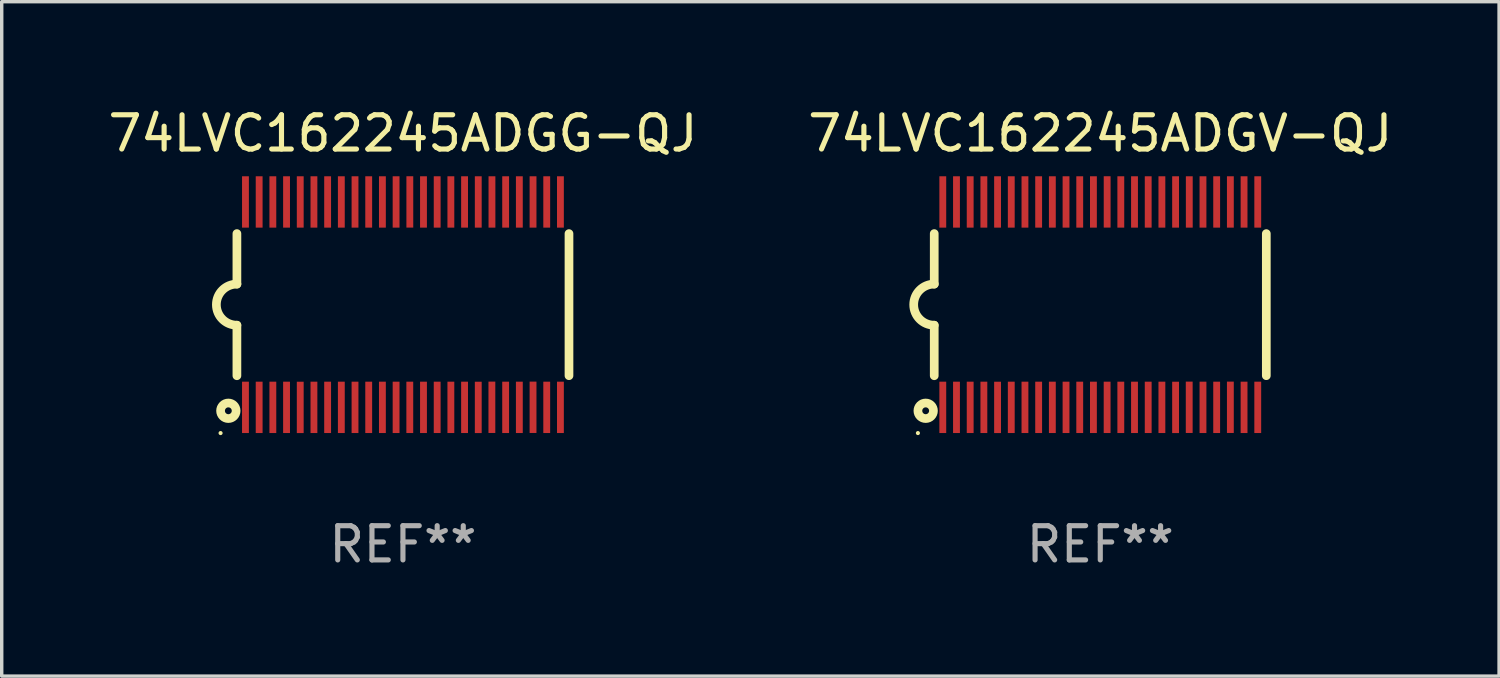
<source format=kicad_pcb>
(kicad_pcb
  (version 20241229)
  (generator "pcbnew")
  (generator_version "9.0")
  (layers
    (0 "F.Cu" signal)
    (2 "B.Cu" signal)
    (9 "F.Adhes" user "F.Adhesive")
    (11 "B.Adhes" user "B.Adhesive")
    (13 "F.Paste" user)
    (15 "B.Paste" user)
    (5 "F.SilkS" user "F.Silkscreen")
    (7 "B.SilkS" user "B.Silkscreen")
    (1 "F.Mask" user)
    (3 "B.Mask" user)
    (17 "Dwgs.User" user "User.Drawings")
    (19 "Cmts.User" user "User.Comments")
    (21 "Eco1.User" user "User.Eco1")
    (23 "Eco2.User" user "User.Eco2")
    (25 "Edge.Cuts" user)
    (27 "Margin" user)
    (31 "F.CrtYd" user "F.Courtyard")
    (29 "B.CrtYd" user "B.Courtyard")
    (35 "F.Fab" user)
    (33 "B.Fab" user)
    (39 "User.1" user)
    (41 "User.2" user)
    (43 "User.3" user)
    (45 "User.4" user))
  (footprint "74LVC162245ADGG-QJ"
    (layer "F.Cu")
    (at 8.72 5.849)
    (property "Reference" "74LVC162245ADGG-QJ" (at 0 -5.001 0) (layer "F.SilkS") (effects (font (size 1 1) (thickness 0.15))))
    (attr through_hole)
    (fp_line (start -4.85 -2.076) (end -4.85 -0.6) (stroke (width 0.254) (type solid)) (layer "F.SilkS"))
    (fp_line (start -4.85 2.076) (end -4.85 0.6) (stroke (width 0.254) (type solid)) (layer "F.SilkS"))
    (fp_line (start 4.85 -2.075) (end 4.85 2.075) (stroke (width 0.254) (type solid)) (layer "F.SilkS"))
    (fp_arc (start -4.850013 0.6) (mid -5.449099 -0.0008) (end -4.848869 -0.600457) (stroke (width 0.254001) (type solid)) (layer "F.SilkS"))
    (fp_circle (center -5.327 3.751) (end -5.297 3.751) (stroke (width 0.06) (type solid)) (fill no) (layer "F.SilkS"))
    (fp_circle (center -5.1 3.1) (end -5 3.1) (stroke (width 0.254) (type solid)) (fill no) (layer "F.SilkS"))
    (fp_text user "REF**" (at 0 7.001 0) (layer "F.Fab") (effects (font (size 1 1) (thickness 0.15))))
    (pad "1" smd rect (at -4.6 3) (size 0.2 1.5) (layers "F.Cu" "F.Mask" "F.Paste"))
    (pad "2" smd rect (at -4.2 3) (size 0.2 1.5) (layers "F.Cu" "F.Mask" "F.Paste"))
    (pad "3" smd rect (at -3.8 3) (size 0.2 1.5) (layers "F.Cu" "F.Mask" "F.Paste"))
    (pad "4" smd rect (at -3.4 3) (size 0.2 1.5) (layers "F.Cu" "F.Mask" "F.Paste"))
    (pad "5" smd rect (at -3 3.001) (size 0.2 1.5) (layers "F.Cu" "F.Mask" "F.Paste"))
    (pad "6" smd rect (at -2.6 3) (size 0.2 1.5) (layers "F.Cu" "F.Mask" "F.Paste"))
    (pad "7" smd rect (at -2.2 3) (size 0.2 1.5) (layers "F.Cu" "F.Mask" "F.Paste"))
    (pad "8" smd rect (at -1.8 3) (size 0.2 1.5) (layers "F.Cu" "F.Mask" "F.Paste"))
    (pad "9" smd rect (at -1.4 3) (size 0.2 1.5) (layers "F.Cu" "F.Mask" "F.Paste"))
    (pad "10" smd rect (at -1 3) (size 0.2 1.5) (layers "F.Cu" "F.Mask" "F.Paste"))
    (pad "11" smd rect (at -0.6 3) (size 0.2 1.5) (layers "F.Cu" "F.Mask" "F.Paste"))
    (pad "12" smd rect (at -0.2 3) (size 0.2 1.5) (layers "F.Cu" "F.Mask" "F.Paste"))
    (pad "13" smd rect (at 0.2 3) (size 0.2 1.5) (layers "F.Cu" "F.Mask" "F.Paste"))
    (pad "14" smd rect (at 0.6 3) (size 0.2 1.5) (layers "F.Cu" "F.Mask" "F.Paste"))
    (pad "15" smd rect (at 1 3) (size 0.2 1.5) (layers "F.Cu" "F.Mask" "F.Paste"))
    (pad "16" smd rect (at 1.4 3) (size 0.2 1.5) (layers "F.Cu" "F.Mask" "F.Paste"))
    (pad "17" smd rect (at 1.8 3) (size 0.2 1.5) (layers "F.Cu" "F.Mask" "F.Paste"))
    (pad "18" smd rect (at 2.2 3.001) (size 0.2 1.5) (layers "F.Cu" "F.Mask" "F.Paste"))
    (pad "19" smd rect (at 2.598 2.998) (size 0.2 1.5) (layers "F.Cu" "F.Mask" "F.Paste"))
    (pad "20" smd rect (at 3 3) (size 0.2 1.5) (layers "F.Cu" "F.Mask" "F.Paste"))
    (pad "21" smd rect (at 3.4 3) (size 0.2 1.5) (layers "F.Cu" "F.Mask" "F.Paste"))
    (pad "22" smd rect (at 3.8 2.998) (size 0.2 1.5) (layers "F.Cu" "F.Mask" "F.Paste"))
    (pad "23" smd rect (at 4.2 3) (size 0.2 1.5) (layers "F.Cu" "F.Mask" "F.Paste"))
    (pad "24" smd rect (at 4.6 3) (size 0.2 1.5) (layers "F.Cu" "F.Mask" "F.Paste"))
    (pad "25" smd rect (at 4.6 -3) (size 0.2 1.5) (layers "F.Cu" "F.Mask" "F.Paste"))
    (pad "26" smd rect (at 4.2 -3) (size 0.2 1.5) (layers "F.Cu" "F.Mask" "F.Paste"))
    (pad "27" smd rect (at 3.8 -3) (size 0.2 1.5) (layers "F.Cu" "F.Mask" "F.Paste"))
    (pad "28" smd rect (at 3.4 -3) (size 0.2 1.5) (layers "F.Cu" "F.Mask" "F.Paste"))
    (pad "29" smd rect (at 3 -3) (size 0.2 1.5) (layers "F.Cu" "F.Mask" "F.Paste"))
    (pad "30" smd rect (at 2.6 -3) (size 0.2 1.5) (layers "F.Cu" "F.Mask" "F.Paste"))
    (pad "31" smd rect (at 2.2 -3) (size 0.2 1.5) (layers "F.Cu" "F.Mask" "F.Paste"))
    (pad "32" smd rect (at 1.8 -3) (size 0.2 1.5) (layers "F.Cu" "F.Mask" "F.Paste"))
    (pad "33" smd rect (at 1.4 -3) (size 0.2 1.5) (layers "F.Cu" "F.Mask" "F.Paste"))
    (pad "34" smd rect (at 1 -3) (size 0.2 1.5) (layers "F.Cu" "F.Mask" "F.Paste"))
    (pad "35" smd rect (at 0.6 -3) (size 0.2 1.5) (layers "F.Cu" "F.Mask" "F.Paste"))
    (pad "36" smd rect (at 0.201 -3.001) (size 0.2 1.5) (layers "F.Cu" "F.Mask" "F.Paste"))
    (pad "37" smd rect (at -0.2 -3) (size 0.2 1.5) (layers "F.Cu" "F.Mask" "F.Paste"))
    (pad "38" smd rect (at -0.6 -3) (size 0.2 1.5) (layers "F.Cu" "F.Mask" "F.Paste"))
    (pad "39" smd rect (at -1 -3) (size 0.2 1.5) (layers "F.Cu" "F.Mask" "F.Paste"))
    (pad "40" smd rect (at -1.4 -3) (size 0.2 1.5) (layers "F.Cu" "F.Mask" "F.Paste"))
    (pad "41" smd rect (at -1.8 -3) (size 0.2 1.5) (layers "F.Cu" "F.Mask" "F.Paste"))
    (pad "42" smd rect (at -2.2 -3) (size 0.2 1.5) (layers "F.Cu" "F.Mask" "F.Paste"))
    (pad "43" smd rect (at -2.6 -3) (size 0.2 1.5) (layers "F.Cu" "F.Mask" "F.Paste"))
    (pad "44" smd rect (at -3 -3) (size 0.2 1.5) (layers "F.Cu" "F.Mask" "F.Paste"))
    (pad "45" smd rect (at -3.4 -3) (size 0.2 1.5) (layers "F.Cu" "F.Mask" "F.Paste"))
    (pad "46" smd rect (at -3.8 -3) (size 0.2 1.5) (layers "F.Cu" "F.Mask" "F.Paste"))
    (pad "47" smd rect (at -4.2 -3) (size 0.2 1.5) (layers "F.Cu" "F.Mask" "F.Paste"))
    (pad "48" smd rect (at -4.6 -3) (size 0.2 1.5) (layers "F.Cu" "F.Mask" "F.Paste")))
  (footprint "74LVC162245ADGV-QJ"
    (layer "F.Cu")
    (at 29.089 5.849)
    (property "Reference" "74LVC162245ADGV-QJ" (at 0 -5.001 0) (layer "F.SilkS") (effects (font (size 1 1) (thickness 0.15))))
    (attr through_hole)
    (fp_line (start -4.85 -2.076) (end -4.85 -0.6) (stroke (width 0.254) (type solid)) (layer "F.SilkS"))
    (fp_line (start -4.85 2.076) (end -4.85 0.6) (stroke (width 0.254) (type solid)) (layer "F.SilkS"))
    (fp_line (start 4.85 -2.075) (end 4.85 2.075) (stroke (width 0.254) (type solid)) (layer "F.SilkS"))
    (fp_arc (start -4.850013 0.6) (mid -5.449099 -0.0008) (end -4.848869 -0.600457) (stroke (width 0.254001) (type solid)) (layer "F.SilkS"))
    (fp_circle (center -5.327 3.751) (end -5.297 3.751) (stroke (width 0.06) (type solid)) (fill no) (layer "F.SilkS"))
    (fp_circle (center -5.1 3.1) (end -5 3.1) (stroke (width 0.254) (type solid)) (fill no) (layer "F.SilkS"))
    (fp_text user "REF**" (at 0 7.001 0) (layer "F.Fab") (effects (font (size 1 1) (thickness 0.15))))
    (pad "1" smd rect (at -4.6 3) (size 0.2 1.5) (layers "F.Cu" "F.Mask" "F.Paste"))
    (pad "2" smd rect (at -4.2 3) (size 0.2 1.5) (layers "F.Cu" "F.Mask" "F.Paste"))
    (pad "3" smd rect (at -3.8 3) (size 0.2 1.5) (layers "F.Cu" "F.Mask" "F.Paste"))
    (pad "4" smd rect (at -3.4 3) (size 0.2 1.5) (layers "F.Cu" "F.Mask" "F.Paste"))
    (pad "5" smd rect (at -3 3.001) (size 0.2 1.5) (layers "F.Cu" "F.Mask" "F.Paste"))
    (pad "6" smd rect (at -2.6 3) (size 0.2 1.5) (layers "F.Cu" "F.Mask" "F.Paste"))
    (pad "7" smd rect (at -2.2 3) (size 0.2 1.5) (layers "F.Cu" "F.Mask" "F.Paste"))
    (pad "8" smd rect (at -1.8 3) (size 0.2 1.5) (layers "F.Cu" "F.Mask" "F.Paste"))
    (pad "9" smd rect (at -1.4 3) (size 0.2 1.5) (layers "F.Cu" "F.Mask" "F.Paste"))
    (pad "10" smd rect (at -1 3) (size 0.2 1.5) (layers "F.Cu" "F.Mask" "F.Paste"))
    (pad "11" smd rect (at -0.6 3) (size 0.2 1.5) (layers "F.Cu" "F.Mask" "F.Paste"))
    (pad "12" smd rect (at -0.2 3) (size 0.2 1.5) (layers "F.Cu" "F.Mask" "F.Paste"))
    (pad "13" smd rect (at 0.2 3) (size 0.2 1.5) (layers "F.Cu" "F.Mask" "F.Paste"))
    (pad "14" smd rect (at 0.6 3) (size 0.2 1.5) (layers "F.Cu" "F.Mask" "F.Paste"))
    (pad "15" smd rect (at 1 3) (size 0.2 1.5) (layers "F.Cu" "F.Mask" "F.Paste"))
    (pad "16" smd rect (at 1.4 3) (size 0.2 1.5) (layers "F.Cu" "F.Mask" "F.Paste"))
    (pad "17" smd rect (at 1.8 3) (size 0.2 1.5) (layers "F.Cu" "F.Mask" "F.Paste"))
    (pad "18" smd rect (at 2.2 3.001) (size 0.2 1.5) (layers "F.Cu" "F.Mask" "F.Paste"))
    (pad "19" smd rect (at 2.598 2.998) (size 0.2 1.5) (layers "F.Cu" "F.Mask" "F.Paste"))
    (pad "20" smd rect (at 3 3) (size 0.2 1.5) (layers "F.Cu" "F.Mask" "F.Paste"))
    (pad "21" smd rect (at 3.4 3) (size 0.2 1.5) (layers "F.Cu" "F.Mask" "F.Paste"))
    (pad "22" smd rect (at 3.8 2.998) (size 0.2 1.5) (layers "F.Cu" "F.Mask" "F.Paste"))
    (pad "23" smd rect (at 4.2 3) (size 0.2 1.5) (layers "F.Cu" "F.Mask" "F.Paste"))
    (pad "24" smd rect (at 4.6 3) (size 0.2 1.5) (layers "F.Cu" "F.Mask" "F.Paste"))
    (pad "25" smd rect (at 4.6 -3) (size 0.2 1.5) (layers "F.Cu" "F.Mask" "F.Paste"))
    (pad "26" smd rect (at 4.2 -3) (size 0.2 1.5) (layers "F.Cu" "F.Mask" "F.Paste"))
    (pad "27" smd rect (at 3.8 -3) (size 0.2 1.5) (layers "F.Cu" "F.Mask" "F.Paste"))
    (pad "28" smd rect (at 3.4 -3) (size 0.2 1.5) (layers "F.Cu" "F.Mask" "F.Paste"))
    (pad "29" smd rect (at 3 -3) (size 0.2 1.5) (layers "F.Cu" "F.Mask" "F.Paste"))
    (pad "30" smd rect (at 2.6 -3) (size 0.2 1.5) (layers "F.Cu" "F.Mask" "F.Paste"))
    (pad "31" smd rect (at 2.2 -3) (size 0.2 1.5) (layers "F.Cu" "F.Mask" "F.Paste"))
    (pad "32" smd rect (at 1.8 -3) (size 0.2 1.5) (layers "F.Cu" "F.Mask" "F.Paste"))
    (pad "33" smd rect (at 1.4 -3) (size 0.2 1.5) (layers "F.Cu" "F.Mask" "F.Paste"))
    (pad "34" smd rect (at 1 -3) (size 0.2 1.5) (layers "F.Cu" "F.Mask" "F.Paste"))
    (pad "35" smd rect (at 0.6 -3) (size 0.2 1.5) (layers "F.Cu" "F.Mask" "F.Paste"))
    (pad "36" smd rect (at 0.201 -3.001) (size 0.2 1.5) (layers "F.Cu" "F.Mask" "F.Paste"))
    (pad "37" smd rect (at -0.2 -3) (size 0.2 1.5) (layers "F.Cu" "F.Mask" "F.Paste"))
    (pad "38" smd rect (at -0.6 -3) (size 0.2 1.5) (layers "F.Cu" "F.Mask" "F.Paste"))
    (pad "39" smd rect (at -1 -3) (size 0.2 1.5) (layers "F.Cu" "F.Mask" "F.Paste"))
    (pad "40" smd rect (at -1.4 -3) (size 0.2 1.5) (layers "F.Cu" "F.Mask" "F.Paste"))
    (pad "41" smd rect (at -1.8 -3) (size 0.2 1.5) (layers "F.Cu" "F.Mask" "F.Paste"))
    (pad "42" smd rect (at -2.2 -3) (size 0.2 1.5) (layers "F.Cu" "F.Mask" "F.Paste"))
    (pad "43" smd rect (at -2.6 -3) (size 0.2 1.5) (layers "F.Cu" "F.Mask" "F.Paste"))
    (pad "44" smd rect (at -3 -3) (size 0.2 1.5) (layers "F.Cu" "F.Mask" "F.Paste"))
    (pad "45" smd rect (at -3.4 -3) (size 0.2 1.5) (layers "F.Cu" "F.Mask" "F.Paste"))
    (pad "46" smd rect (at -3.8 -3) (size 0.2 1.5) (layers "F.Cu" "F.Mask" "F.Paste"))
    (pad "47" smd rect (at -4.2 -3) (size 0.2 1.5) (layers "F.Cu" "F.Mask" "F.Paste"))
    (pad "48" smd rect (at -4.6 -3) (size 0.2 1.5) (layers "F.Cu" "F.Mask" "F.Paste")))
  (gr_rect
    (start -3 -3)
    (end 40.738 16.699)
    (stroke (width 0.1) (type default))
    (fill no)
    (layer "Edge.Cuts")))
</source>
